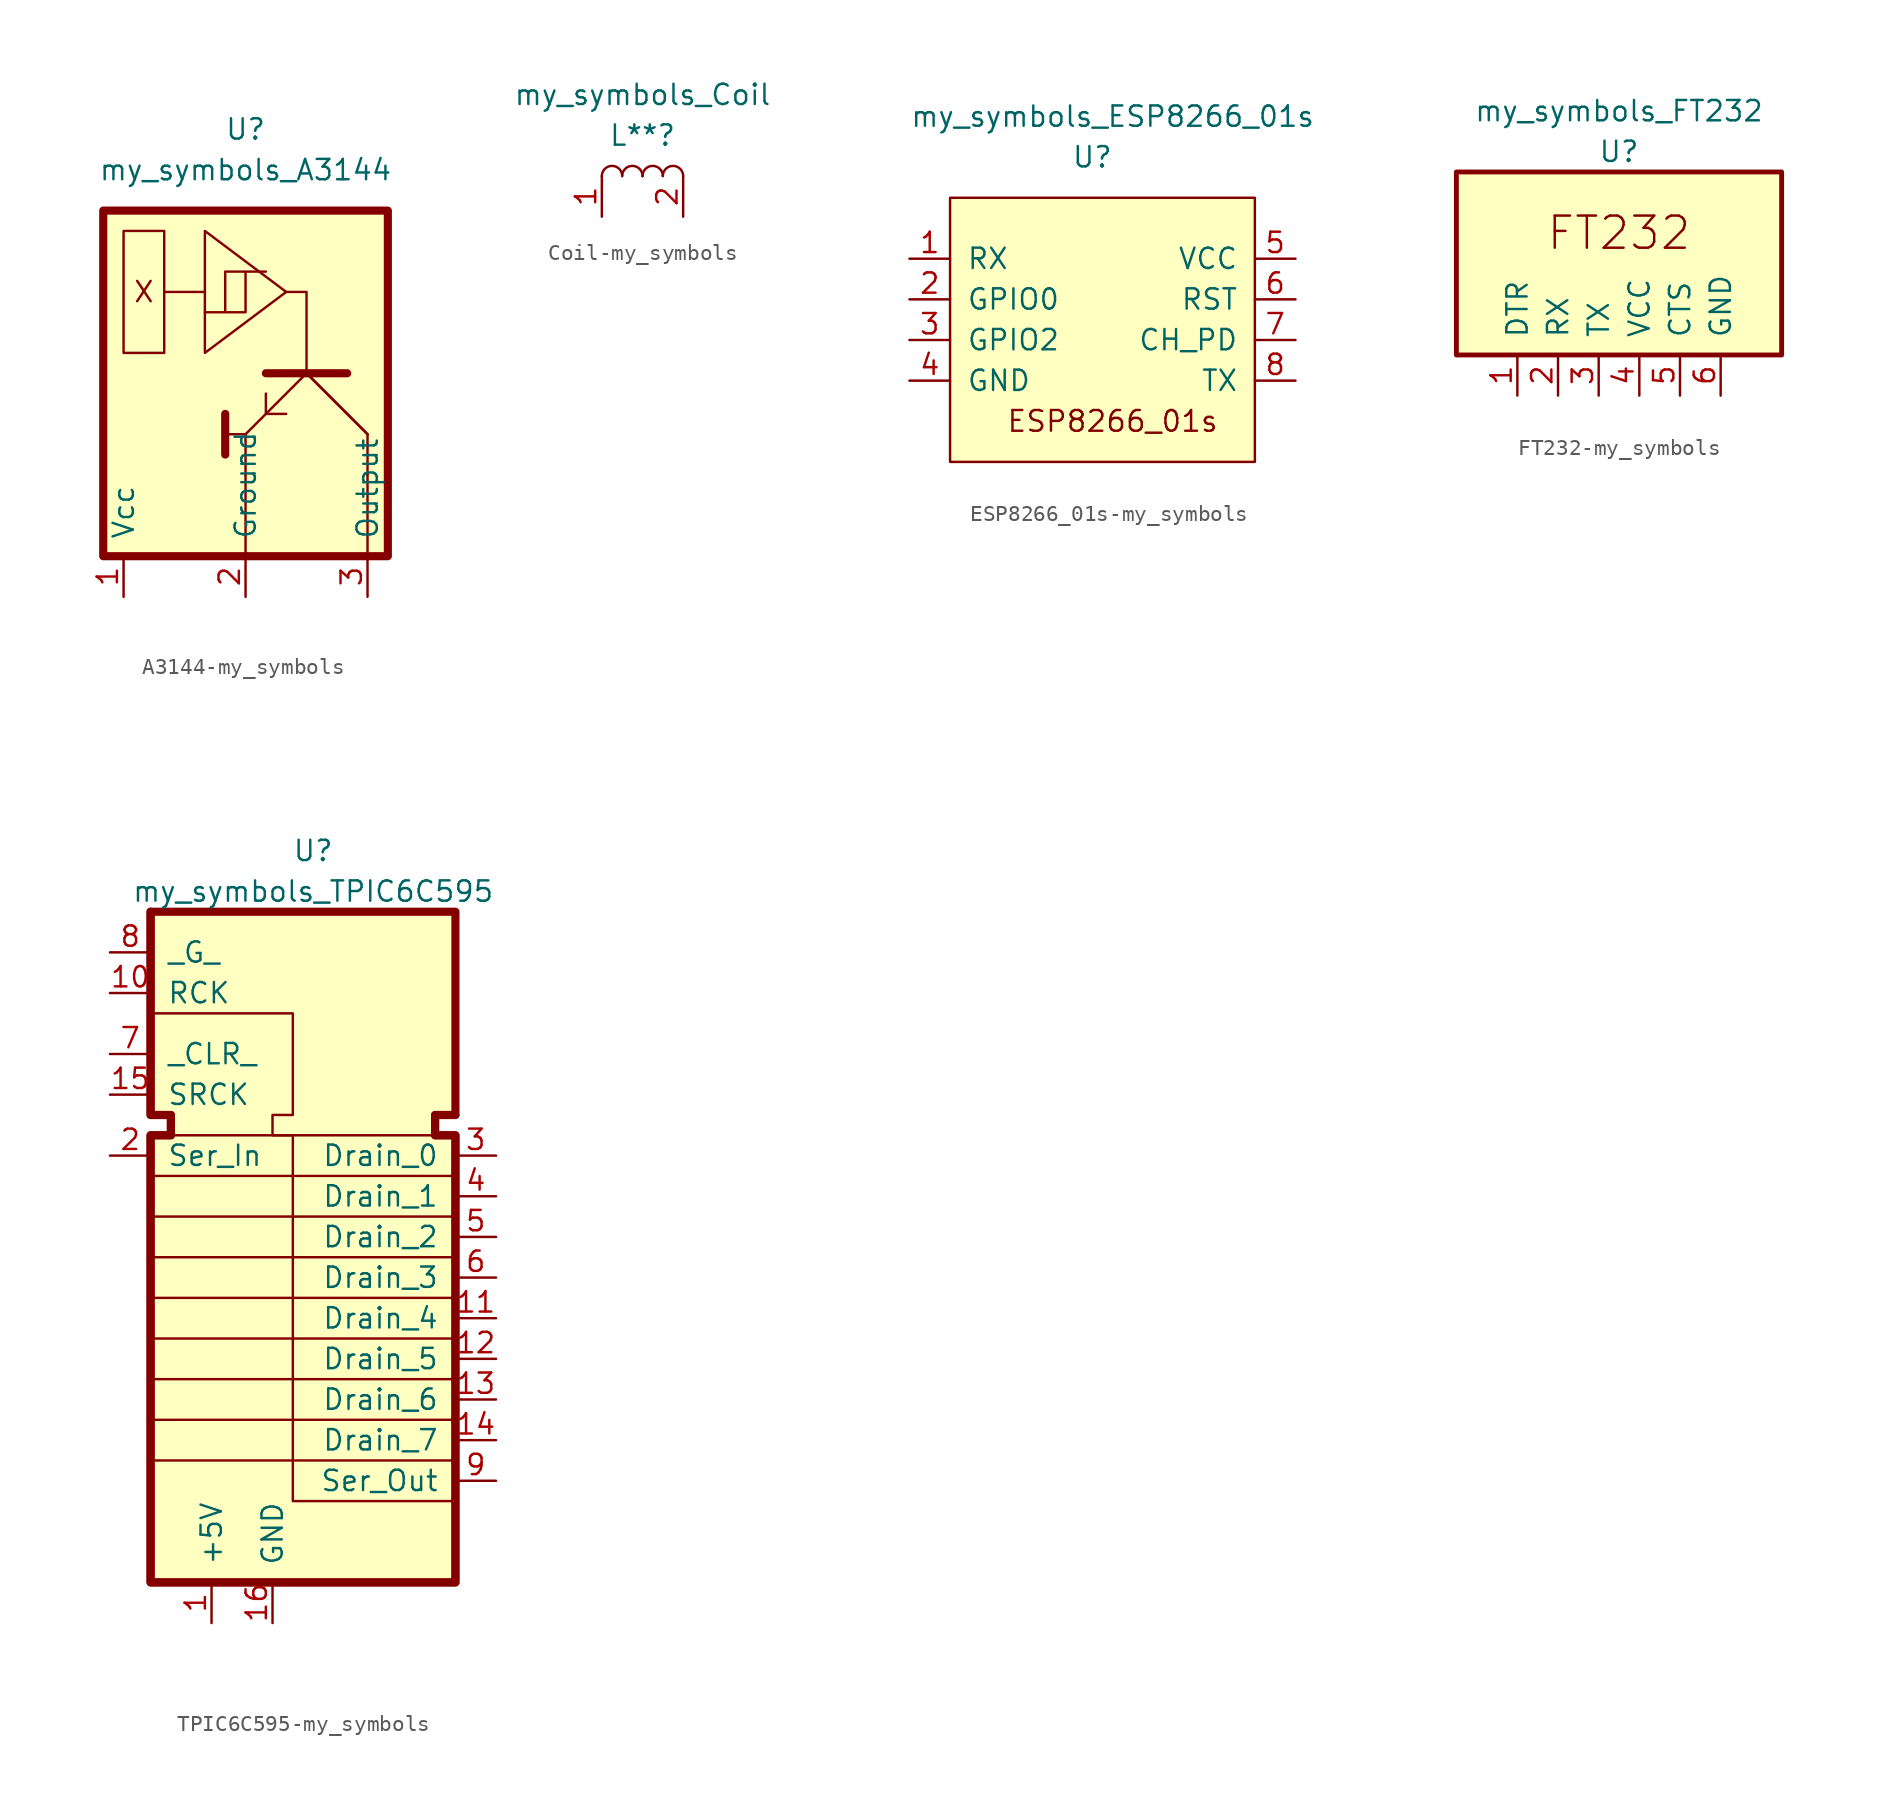
<source format=kicad_sym>
(kicad_symbol_lib
  (version 20231120)
  (generator "kicad_symbol_editor")
  (generator_version "8.0")
  (symbol "A3144-my_symbols"
    (pin_names
      (offset 1.016))
    (property "Reference" "U"
      (at -1.27 3.81 0)
      (effects (font (size 1.27 1.27))))
    (property "Value" "my_symbols_A3144"
      (at -1.27 1.27 0)
      (effects (font (size 1.27 1.27))))
    (symbol "A3144-my_symbols_0_0"
      (polyline (pts (xy -2.54 -13.97) (xy -2.54 -16.51)) (stroke (width 0.508) (type solid)) (fill (type none)))
      (polyline (pts (xy -1.27 -17.78) (xy -1.27 -22.86)) (stroke (width 0) (type solid)) (fill (type none)))
      (polyline (pts (xy -1.27 -15.24) (xy -2.54 -15.24)) (stroke (width 0) (type solid)) (fill (type none)))
      (polyline (pts (xy -1.27 -15.24) (xy -1.27 -17.78)) (stroke (width 0) (type solid)) (fill (type none)))
      (polyline (pts (xy 0 -11.43) (xy 5.08 -11.43)) (stroke (width 0.508) (type solid)) (fill (type none)))
      (polyline (pts (xy 2.54 -11.43) (xy 6.35 -15.24)) (stroke (width 0) (type solid)) (fill (type none)))
      (polyline (pts (xy 6.35 -17.78) (xy 6.35 -22.86)) (stroke (width 0) (type solid)) (fill (type none)))
      (polyline (pts (xy 6.35 -15.24) (xy 6.35 -17.78)) (stroke (width 0) (type solid)) (fill (type none)))
      (polyline (pts (xy 1.27 -6.35) (xy 2.54 -6.35) (xy 2.54 -11.43)) (stroke (width 0) (type solid)) (fill (type none)))
      (polyline (pts (xy 0 -13.97) (xy 1.27 -13.97) (xy 0 -13.97) (xy 0 -12.7)) (stroke (width 0) (type solid)) (fill (type none)))
      (polyline (pts (xy 2.54 -11.43) (xy -1.27 -15.24) (xy 2.54 -11.43) (xy 6.35 -15.24)) (stroke (width 0) (type solid)) (fill (type none)))
      (polyline (pts (xy -10.16 -22.86) (xy 7.62 -22.86) (xy 7.62 -1.27) (xy -10.16 -1.27) (xy -10.16 -22.86)) (stroke (width 0.508) (type solid)) (fill (type background)))
      (text "X" (at -7.62 -6.35 0) (effects (font (size 1.27 1.27)))))
    (symbol "A3144-my_symbols_0_1"
      (polyline (pts (xy -3.81 -6.35) (xy -6.35 -6.35)) (stroke (width 0) (type solid)) (fill (type none)))
      (polyline (pts (xy 1.27 -6.35) (xy -3.81 -2.54) (xy -3.81 -10.16) (xy 1.27 -6.35)) (stroke (width 0) (type solid)) (fill (type none)))
      (polyline (pts (xy -6.35 -2.54) (xy -8.89 -2.54) (xy -8.89 -10.16) (xy -6.35 -10.16) (xy -6.35 -2.54)) (stroke (width 0) (type solid)) (fill (type none)))
      (polyline (pts (xy -3.81 -7.62) (xy -1.27 -7.62) (xy -1.27 -5.08) (xy 0 -5.08) (xy -2.54 -5.08) (xy -2.54 -7.62) (xy -2.54 -6.35) (xy -2.54 -7.62)) (stroke (width 0) (type solid)) (fill (type none))))
    (symbol "A3144-my_symbols_1_1"
      (pin input line (at -8.89 -25.4 90) (length 2.54) (name "Vcc" (effects (font (size 1.27 1.27)))) (number "1" (effects (font (size 1.27 1.27)))))
      (pin input line (at -1.27 -25.4 90) (length 2.54) (name "Ground" (effects (font (size 1.27 1.27)))) (number "2" (effects (font (size 1.27 1.27)))))
      (pin input line (at 6.35 -25.4 90) (length 2.54) (name "Output" (effects (font (size 1.27 1.27)))) (number "3" (effects (font (size 1.27 1.27)))))))
  (symbol "Coil-my_symbols"
    (pin_names
      (offset 1.016))
    (property "Reference" "L**"
      (at 0 2.54 0)
      (effects (font (size 1.27 1.27))))
    (property "Value" "my_symbols_Coil"
      (at 0 5.08 0)
      (effects (font (size 1.27 1.27))))
    (symbol "Coil-my_symbols_0_1"
      (arc (start -1.27 0) (mid -1.905 0.635) (end -2.54 0) (stroke (width 0) (type solid)) (fill (type none)))
      (arc (start 0 0) (mid -0.635 0.635) (end -1.27 0) (stroke (width 0) (type solid)) (fill (type none)))
      (arc (start 0 0) (mid 0 0) (end 0 0) (stroke (width 0) (type solid)) (fill (type none)))
      (arc (start 1.27 0) (mid 0.635 0.635) (end 0 0) (stroke (width 0) (type solid)) (fill (type none)))
      (arc (start 2.54 0) (mid 1.905 0.635) (end 1.27 0) (stroke (width 0) (type solid)) (fill (type none))))
    (symbol "Coil-my_symbols_1_1"
      (pin input line (at -2.54 -2.54 90) (length 2.54) (name "~" (effects (font (size 1.27 1.27)))) (number "1" (effects (font (size 1.27 1.27)))))
      (pin input line (at 2.54 -2.54 90) (length 2.54) (name "~" (effects (font (size 1.27 1.27)))) (number "2" (effects (font (size 1.27 1.27)))))))
  (symbol "ESP8266_01s-my_symbols"
    (pin_names
      (offset 1.016))
    (property "Reference" "U"
      (at 0 -2.54 0)
      (effects (font (size 1.27 1.27))))
    (property "Value" "my_symbols_ESP8266_01s"
      (at 1.27 0 0)
      (effects (font (size 1.27 1.27))))
    (symbol "ESP8266_01s-my_symbols_0_0"
      (text "ESP8266_01s" (at 1.27 -19.05 0) (effects (font (size 1.295 1.295)))))
    (symbol "ESP8266_01s-my_symbols_0_1"
      (rectangle (start -8.89 -5.08) (end 10.16 -21.59) (stroke (width 0) (type solid)) (fill (type background))))
    (symbol "ESP8266_01s-my_symbols_1_1"
      (pin input line (at -11.43 -8.89 0) (length 2.54) (name "RX" (effects (font (size 1.27 1.27)))) (number "1" (effects (font (size 1.27 1.27)))))
      (pin input line (at -11.43 -11.43 0) (length 2.54) (name "GPIO0" (effects (font (size 1.27 1.27)))) (number "2" (effects (font (size 1.27 1.27)))))
      (pin input line (at -11.43 -13.97 0) (length 2.54) (name "GPIO2" (effects (font (size 1.27 1.27)))) (number "3" (effects (font (size 1.27 1.27)))))
      (pin input line (at -11.43 -16.51 0) (length 2.54) (name "GND" (effects (font (size 1.27 1.27)))) (number "4" (effects (font (size 1.27 1.27)))))
      (pin input line (at 12.7 -8.89 180) (length 2.54) (name "VCC" (effects (font (size 1.27 1.27)))) (number "5" (effects (font (size 1.27 1.27)))))
      (pin input line (at 12.7 -11.43 180) (length 2.54) (name "RST" (effects (font (size 1.27 1.27)))) (number "6" (effects (font (size 1.27 1.27)))))
      (pin input line (at 12.7 -13.97 180) (length 2.54) (name "CH_PD" (effects (font (size 1.27 1.27)))) (number "7" (effects (font (size 1.27 1.27)))))
      (pin input line (at 12.7 -16.51 180) (length 2.54) (name "TX" (effects (font (size 1.27 1.27)))) (number "8" (effects (font (size 1.27 1.27)))))))
  (symbol "FT232-my_symbols"
    (pin_names
      (offset 1.016))
    (property "Reference" "U"
      (at 0 12.7 0)
      (effects (font (size 1.27 1.27))))
    (property "Value" "my_symbols_FT232"
      (at 0 15.24 0)
      (effects (font (size 1.27 1.27))))
    (symbol "FT232-my_symbols_0_0"
      (text "FT232" (at 0 7.62 0) (effects (font (size 2.007 2.007)))))
    (symbol "FT232-my_symbols_0_1"
      (rectangle (start -10.16 0) (end 10.16 11.43) (stroke (width 0.305) (type solid)) (fill (type background))))
    (symbol "FT232-my_symbols_1_1"
      (pin input line (at -6.35 -2.54 90) (length 2.54) (name "DTR" (effects (font (size 1.27 1.27)))) (number "1" (effects (font (size 1.27 1.27)))))
      (pin input line (at -3.81 -2.54 90) (length 2.54) (name "RX" (effects (font (size 1.27 1.27)))) (number "2" (effects (font (size 1.27 1.27)))))
      (pin input line (at -1.27 -2.54 90) (length 2.54) (name "TX" (effects (font (size 1.27 1.27)))) (number "3" (effects (font (size 1.27 1.27)))))
      (pin input line (at 1.27 -2.54 90) (length 2.54) (name "VCC" (effects (font (size 1.27 1.27)))) (number "4" (effects (font (size 1.27 1.27)))))
      (pin input line (at 3.81 -2.54 90) (length 2.54) (name "CTS" (effects (font (size 1.27 1.27)))) (number "5" (effects (font (size 1.27 1.27)))))
      (pin input line (at 6.35 -2.54 90) (length 2.54) (name "GND" (effects (font (size 1.27 1.27)))) (number "6" (effects (font (size 1.27 1.27)))))))
  (symbol "TPIC6C595-my_symbols"
    (pin_names
      (offset 1.016))
    (property "Reference" "U"
      (at -5.08 11.43 0)
      (effects (font (size 1.27 1.27))))
    (property "Value" "my_symbols_TPIC6C595"
      (at -5.08 8.89 0)
      (effects (font (size 1.27 1.27))))
    (symbol "TPIC6C595-my_symbols_0_1"
      (polyline (pts (xy -15.24 -26.67) (xy 3.81 -26.67)) (stroke (width 0) (type solid)) (fill (type none)))
      (polyline (pts (xy -15.24 -24.13) (xy 3.81 -24.13)) (stroke (width 0) (type solid)) (fill (type none)))
      (polyline (pts (xy -15.24 -21.59) (xy 3.81 -21.59)) (stroke (width 0) (type solid)) (fill (type none)))
      (polyline (pts (xy -15.24 -19.05) (xy 3.81 -19.05)) (stroke (width 0) (type solid)) (fill (type none)))
      (polyline (pts (xy -15.24 -16.51) (xy 3.81 -16.51)) (stroke (width 0) (type solid)) (fill (type none)))
      (polyline (pts (xy -15.24 -13.97) (xy 3.81 -13.97)) (stroke (width 0) (type solid)) (fill (type none)))
      (polyline (pts (xy -15.24 -11.43) (xy 3.81 -11.43)) (stroke (width 0) (type solid)) (fill (type none)))
      (polyline (pts (xy -15.24 -8.89) (xy 3.81 -8.89)) (stroke (width 0) (type solid)) (fill (type none)))
      (polyline (pts (xy -15.24 -6.35) (xy 3.81 -6.35)) (stroke (width 0) (type solid)) (fill (type none)))
      (polyline (pts (xy 3.81 -29.21) (xy -6.35 -29.21) (xy -6.35 -6.35) (xy -7.62 -6.35) (xy -7.62 -5.08) (xy -6.35 -5.08) (xy -6.35 1.27) (xy -15.24 1.27)) (stroke (width 0) (type solid)) (fill (type none)))
      (polyline (pts (xy -15.24 7.62) (xy 3.81 7.62) (xy 3.81 -5.08) (xy 2.54 -5.08) (xy 2.54 -6.35) (xy 3.81 -6.35) (xy 3.81 -34.29) (xy -15.24 -34.29) (xy -15.24 -6.35) (xy -13.97 -6.35) (xy -13.97 -5.08) (xy -15.24 -5.08) (xy -15.24 7.62)) (stroke (width 0.508) (type solid)) (fill (type background)))
      (polyline (pts (xy 2.54 -5.08) (xy 2.54 -6.35) (xy 2.54 -5.08) (xy 3.81 -5.08) (xy 2.54 -5.08) (xy 2.54 -6.35) (xy 3.81 -6.35) (xy 3.81 -34.29) (xy -15.24 -34.29) (xy -15.24 -6.35) (xy -13.97 -6.35) (xy -13.97 -5.08) (xy -15.24 -5.08) (xy -15.24 7.62)) (stroke (width 0.508) (type solid)) (fill (type background))))
    (symbol "TPIC6C595-my_symbols_1_1"
      (pin input line (at -11.43 -36.83 90) (length 2.54) (name "+5V" (effects (font (size 1.27 1.27)))) (number "1" (effects (font (size 1.27 1.27)))))
      (pin input line (at -17.78 2.54 0) (length 2.54) (name "RCK" (effects (font (size 1.27 1.27)))) (number "10" (effects (font (size 1.27 1.27)))))
      (pin output line (at 6.35 -17.78 180) (length 2.54) (name "Drain_4" (effects (font (size 1.27 1.27)))) (number "11" (effects (font (size 1.27 1.27)))))
      (pin output line (at 6.35 -20.32 180) (length 2.54) (name "Drain_5" (effects (font (size 1.27 1.27)))) (number "12" (effects (font (size 1.27 1.27)))))
      (pin output line (at 6.35 -22.86 180) (length 2.54) (name "Drain_6" (effects (font (size 1.27 1.27)))) (number "13" (effects (font (size 1.27 1.27)))))
      (pin output line (at 6.35 -25.4 180) (length 2.54) (name "Drain_7" (effects (font (size 1.27 1.27)))) (number "14" (effects (font (size 1.27 1.27)))))
      (pin input line (at -17.78 -3.81 0) (length 2.54) (name "SRCK" (effects (font (size 1.27 1.27)))) (number "15" (effects (font (size 1.27 1.27)))))
      (pin input line (at -7.62 -36.83 90) (length 2.54) (name "GND" (effects (font (size 1.27 1.27)))) (number "16" (effects (font (size 1.27 1.27)))))
      (pin input line (at -17.78 -7.62 0) (length 2.54) (name "Ser_In" (effects (font (size 1.27 1.27)))) (number "2" (effects (font (size 1.27 1.27)))))
      (pin output line (at 6.35 -7.62 180) (length 2.54) (name "Drain_0" (effects (font (size 1.27 1.27)))) (number "3" (effects (font (size 1.27 1.27)))))
      (pin output line (at 6.35 -10.16 180) (length 2.54) (name "Drain_1" (effects (font (size 1.27 1.27)))) (number "4" (effects (font (size 1.27 1.27)))))
      (pin output line (at 6.35 -12.7 180) (length 2.54) (name "Drain_2" (effects (font (size 1.27 1.27)))) (number "5" (effects (font (size 1.27 1.27)))))
      (pin output line (at 6.35 -15.24 180) (length 2.54) (name "Drain_3" (effects (font (size 1.27 1.27)))) (number "6" (effects (font (size 1.27 1.27)))))
      (pin input line (at -17.78 -1.27 0) (length 2.54) (name "_CLR_" (effects (font (size 1.27 1.27)))) (number "7" (effects (font (size 1.27 1.27)))))
      (pin input line (at -17.78 5.08 0) (length 2.54) (name "_G_" (effects (font (size 1.27 1.27)))) (number "8" (effects (font (size 1.27 1.27)))))
      (pin output line (at 6.35 -27.94 180) (length 2.54) (name "Ser_Out~{}" (effects (font (size 1.27 1.27)))) (number "9" (effects (font (size 1.27 1.27))))))))
</source>
